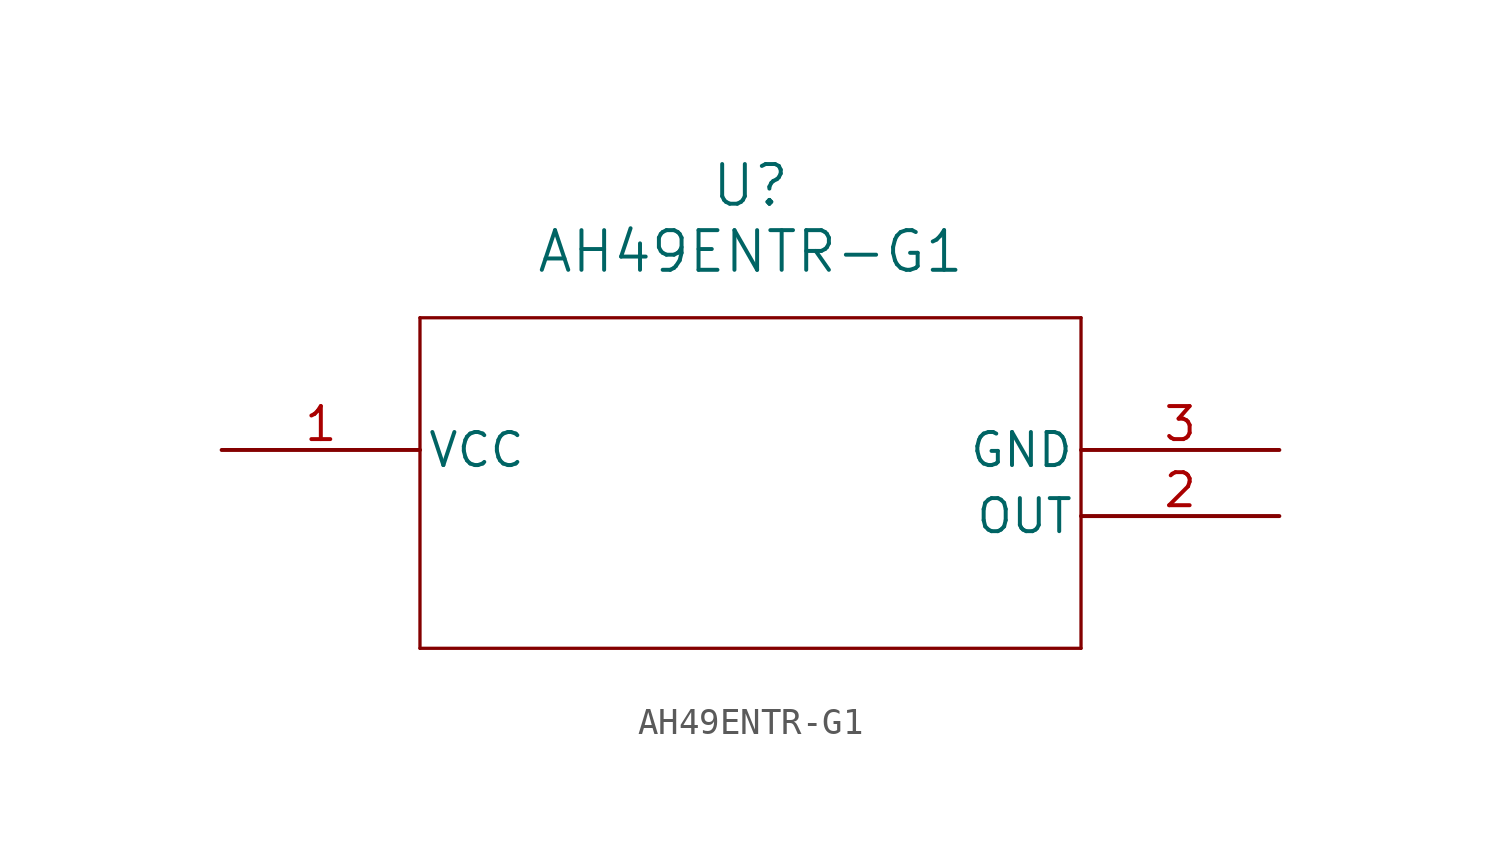
<source format=kicad_sym>
(kicad_symbol_lib
  (version 20211014)
  (generator kicad_symbol_editor)
  (symbol "AH49ENTR-G1"
    (pin_names
      (offset 0.254))
    (property "Reference" "U"
      (at 20.32 10.16 0)
      (effects (font (size 1.524 1.524))))
    (property "Value" "AH49ENTR-G1"
      (at 20.32 7.62 0)
      (effects (font (size 1.524 1.524))))
    (symbol "AH49ENTR-G1_0_1"
      (polyline (pts (xy 7.62 5.08) (xy 7.62 -7.62)) (stroke (width 0.127) (type default) (color 0 0 0 0)) (fill (type none)))
      (polyline (pts (xy 7.62 -7.62) (xy 33.02 -7.62)) (stroke (width 0.127) (type default) (color 0 0 0 0)) (fill (type none)))
      (polyline (pts (xy 33.02 -7.62) (xy 33.02 5.08)) (stroke (width 0.127) (type default) (color 0 0 0 0)) (fill (type none)))
      (polyline (pts (xy 33.02 5.08) (xy 7.62 5.08)) (stroke (width 0.127) (type default) (color 0 0 0 0)) (fill (type none)))
      (pin power_in line (at 0 0 0) (length 7.62) (name "VCC" (effects (font (size 1.27 1.27)))) (number "1" (effects (font (size 1.27 1.27)))))
      (pin output line (at 40.64 -2.54 180) (length 7.62) (name "OUT" (effects (font (size 1.27 1.27)))) (number "2" (effects (font (size 1.27 1.27)))))
      (pin power_out line (at 40.64 0 180) (length 7.62) (name "GND" (effects (font (size 1.27 1.27)))) (number "3" (effects (font (size 1.27 1.27))))))))
</source>
